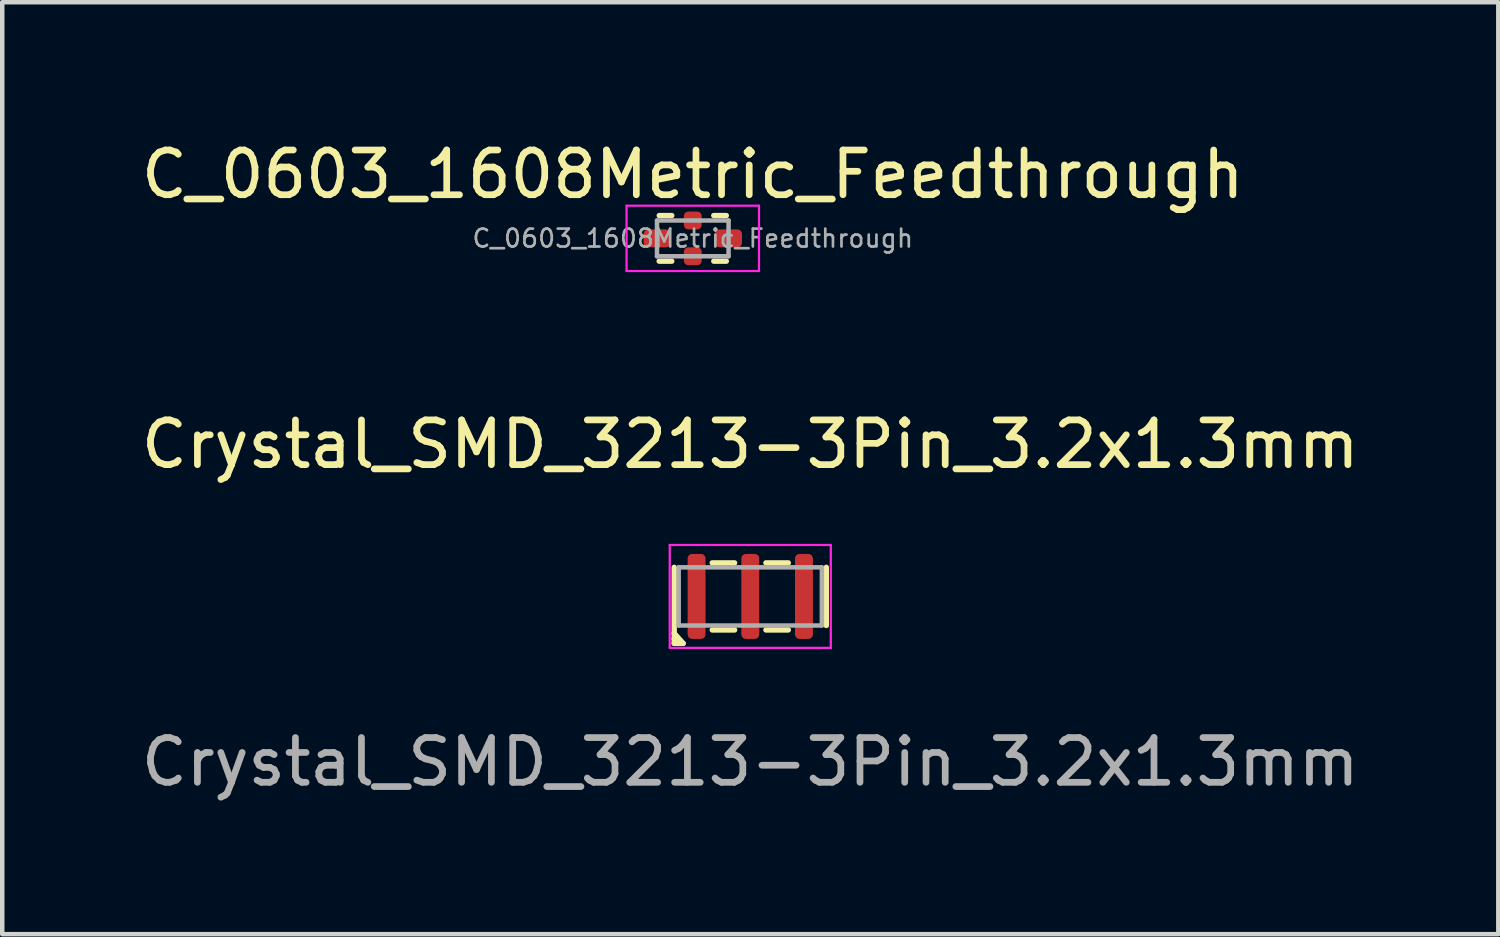
<source format=kicad_pcb>
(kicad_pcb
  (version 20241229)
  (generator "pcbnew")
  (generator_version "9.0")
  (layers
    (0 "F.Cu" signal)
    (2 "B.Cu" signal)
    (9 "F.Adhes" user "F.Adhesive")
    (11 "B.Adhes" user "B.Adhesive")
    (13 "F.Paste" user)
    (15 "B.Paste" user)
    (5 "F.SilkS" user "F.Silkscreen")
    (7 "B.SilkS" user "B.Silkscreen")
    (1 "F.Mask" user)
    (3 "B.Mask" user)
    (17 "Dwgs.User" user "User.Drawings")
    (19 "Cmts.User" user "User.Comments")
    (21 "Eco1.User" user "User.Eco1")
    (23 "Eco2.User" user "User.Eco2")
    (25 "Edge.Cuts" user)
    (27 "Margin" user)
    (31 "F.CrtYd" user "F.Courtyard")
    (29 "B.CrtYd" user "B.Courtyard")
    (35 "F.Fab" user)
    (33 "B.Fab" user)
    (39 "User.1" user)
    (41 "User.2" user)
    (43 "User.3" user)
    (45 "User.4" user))
  (footprint "Crystal_SMD_3213-3Pin_3.2x1.3mm"
    (layer "F.Cu")
    (at 13.72 10.281)
    (property "Reference" "Crystal_SMD_3213-3Pin_3.2x1.3mm" (at 0 -3.4 0) (layer "F.SilkS") (effects (font (size 1 1) (thickness 0.15))))
    (attr smd)
    (fp_line (start -1.7 0.825) (end -1.5 1.05) (stroke (width 0.12) (type solid)) (layer "F.SilkS"))
    (fp_line (start -1.7 0.95) (end -1.6 1.05) (stroke (width 0.12) (type solid)) (layer "F.SilkS"))
    (fp_line (start -1.7 1.05) (end -1.7 -0.65) (stroke (width 0.12) (type solid)) (layer "F.SilkS"))
    (fp_line (start -1.7 1.05) (end -1.5 1.05) (stroke (width 0.12) (type solid)) (layer "F.SilkS"))
    (fp_line (start -0.85 -0.75) (end -0.35 -0.75) (stroke (width 0.12) (type solid)) (layer "F.SilkS"))
    (fp_line (start -0.85 0.75) (end -0.35 0.75) (stroke (width 0.12) (type solid)) (layer "F.SilkS"))
    (fp_line (start 0.35 -0.75) (end 0.85 -0.75) (stroke (width 0.12) (type solid)) (layer "F.SilkS"))
    (fp_line (start 0.35 0.75) (end 0.85 0.75) (stroke (width 0.12) (type solid)) (layer "F.SilkS"))
    (fp_line (start 1.7 0.65) (end 1.7 -0.65) (stroke (width 0.12) (type solid)) (layer "F.SilkS"))
    (fp_line (start -1.8 -1.15) (end 1.8 -1.15) (stroke (width 0.05) (type solid)) (layer "F.CrtYd"))
    (fp_line (start -1.8 1.15) (end -1.8 -1.15) (stroke (width 0.05) (type solid)) (layer "F.CrtYd"))
    (fp_line (start 1.8 -1.15) (end 1.8 1.15) (stroke (width 0.05) (type solid)) (layer "F.CrtYd"))
    (fp_line (start 1.8 1.15) (end -1.8 1.15) (stroke (width 0.05) (type solid)) (layer "F.CrtYd"))
    (fp_line (start -1.6 -0.65) (end 1.6 -0.65) (stroke (width 0.1) (type solid)) (layer "F.Fab"))
    (fp_line (start -1.6 0.65) (end -1.6 -0.65) (stroke (width 0.1) (type solid)) (layer "F.Fab"))
    (fp_line (start 1.6 -0.65) (end 1.6 0.65) (stroke (width 0.1) (type solid)) (layer "F.Fab"))
    (fp_line (start 1.6 0.65) (end -1.6 0.65) (stroke (width 0.1) (type solid)) (layer "F.Fab"))
    (fp_text user "${REFERENCE}" (at 0 3.7 0) (layer "F.Fab") (effects (font (size 1 1) (thickness 0.15))))
    (pad "1" smd roundrect (at -1.2 0) (size 0.4 1.9) (layers "F.Cu" "F.Mask" "F.Paste") (roundrect_rratio 0.25))
    (pad "2" smd roundrect (at 0 0) (size 0.4 1.9) (layers "F.Cu" "F.Mask" "F.Paste") (roundrect_rratio 0.25))
    (pad "3" smd roundrect (at 1.2 0) (size 0.4 1.9) (layers "F.Cu" "F.Mask" "F.Paste") (roundrect_rratio 0.25))
    (zone (net_name "") (layers "F.Cu" "B.Cu") (hatch edge 0.5) (connect_pads) (min_thickness 0.25) (filled_areas_thickness no) (keepout (tracks allowed) (vias allowed) (pads allowed) (copperpour not_allowed) (footprints allowed)) (placement (enabled no)) (fill) (polygon (pts (xy 12.12 9.132) (xy 11.92 9.332) (xy 11.92 11.232) (xy 12.12 11.431) (xy 15.32 11.431) (xy 15.52 11.232) (xy 15.52 9.332) (xy 15.32 9.132)))))
  (footprint "C_0603_1608Metric_Feedthrough"
    (layer "F.Cu")
    (at 12.435 2.278)
    (property "Reference" "C_0603_1608Metric_Feedthrough" (at 0 -1.43 0) (layer "F.SilkS") (effects (font (size 1 1) (thickness 0.15))))
    (attr smd)
    (fp_line (start -0.751 0.51) (end -0.469 0.51) (stroke (width 0.12) (type solid)) (layer "F.SilkS"))
    (fp_line (start -0.75 -0.51) (end -0.469 -0.51) (stroke (width 0.12) (type solid)) (layer "F.SilkS"))
    (fp_line (start 0.469 -0.51) (end 0.75 -0.51) (stroke (width 0.12) (type solid)) (layer "F.SilkS"))
    (fp_line (start 0.469 0.51) (end 0.75 0.51) (stroke (width 0.12) (type solid)) (layer "F.SilkS"))
    (fp_line (start -1.48 -0.73) (end 1.48 -0.73) (stroke (width 0.05) (type solid)) (layer "F.CrtYd"))
    (fp_line (start -1.48 0.73) (end -1.48 -0.73) (stroke (width 0.05) (type solid)) (layer "F.CrtYd"))
    (fp_line (start 1.48 -0.73) (end 1.48 0.73) (stroke (width 0.05) (type solid)) (layer "F.CrtYd"))
    (fp_line (start 1.48 0.73) (end -1.48 0.73) (stroke (width 0.05) (type solid)) (layer "F.CrtYd"))
    (fp_line (start -0.8 -0.4) (end 0.8 -0.4) (stroke (width 0.1) (type solid)) (layer "F.Fab"))
    (fp_line (start -0.8 0.4) (end -0.8 -0.4) (stroke (width 0.1) (type solid)) (layer "F.Fab"))
    (fp_line (start 0.8 -0.4) (end 0.8 0.4) (stroke (width 0.1) (type solid)) (layer "F.Fab"))
    (fp_line (start 0.8 0.4) (end -0.8 0.4) (stroke (width 0.1) (type solid)) (layer "F.Fab"))
    (fp_text user "${REFERENCE}" (at 0 0 0) (layer "F.Fab") (effects (font (size 0.4 0.4) (thickness 0.06))))
    (pad "1" smd roundrect (at -0.8 0) (size 0.6 0.4) (layers "F.Cu" "F.Mask" "F.Paste") (roundrect_rratio 0.25))
    (pad "2" smd roundrect (at 0 -0.4) (size 0.4 0.4) (layers "F.Cu" "F.Mask" "F.Paste") (roundrect_rratio 0.25))
    (pad "2" smd roundrect (at 0 0.4) (size 0.4 0.4) (layers "F.Cu" "F.Mask" "F.Paste") (roundrect_rratio 0.25))
    (pad "3" smd roundrect (at 0.8 0) (size 0.6 0.4) (layers "F.Cu" "F.Mask" "F.Paste") (roundrect_rratio 0.25)))
  (gr_rect
    (start -3 -3)
    (end 30.44 17.83)
    (stroke (width 0.1) (type default))
    (fill no)
    (layer "Edge.Cuts")))
</source>
